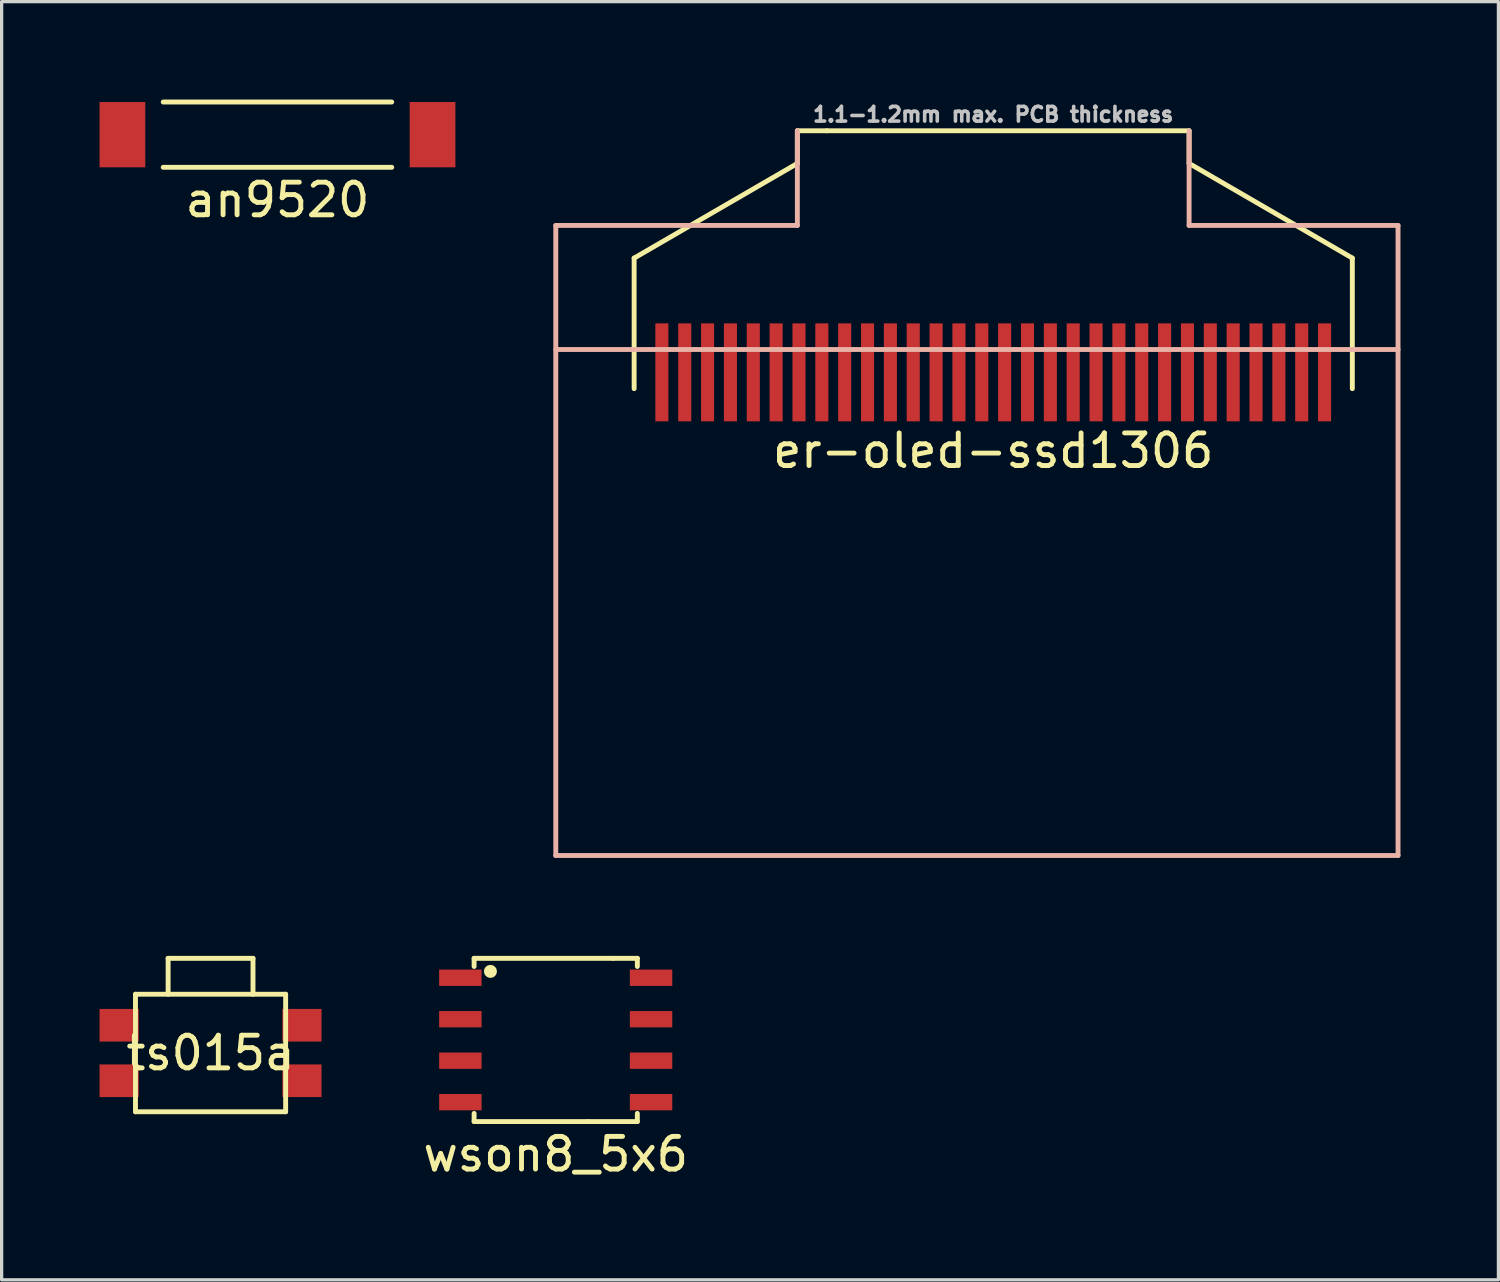
<source format=kicad_pcb>
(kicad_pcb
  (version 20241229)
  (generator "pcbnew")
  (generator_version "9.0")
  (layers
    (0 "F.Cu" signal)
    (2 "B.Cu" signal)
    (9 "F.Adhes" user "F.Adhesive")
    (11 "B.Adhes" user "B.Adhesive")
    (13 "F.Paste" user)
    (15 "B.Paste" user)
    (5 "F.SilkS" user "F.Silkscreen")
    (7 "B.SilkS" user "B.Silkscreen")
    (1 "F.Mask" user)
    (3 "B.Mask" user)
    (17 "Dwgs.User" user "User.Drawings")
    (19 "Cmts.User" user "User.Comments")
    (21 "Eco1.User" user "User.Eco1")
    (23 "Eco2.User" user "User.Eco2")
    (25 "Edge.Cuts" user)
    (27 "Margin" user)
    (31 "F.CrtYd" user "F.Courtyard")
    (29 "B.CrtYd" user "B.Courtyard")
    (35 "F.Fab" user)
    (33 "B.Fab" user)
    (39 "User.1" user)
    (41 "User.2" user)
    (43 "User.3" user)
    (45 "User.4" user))
  (footprint "wson8_5x6"
    (layer "F.Cu")
    (at 13.973 28.806)
    (property "Reference" "wson8_5x6" (at 0 3.5 0) (layer "F.SilkS") (effects (font (size 1 1) (thickness 0.15))))
    (attr through_hole)
    (fp_line (start -2.5 -2.5) (end 1.75 -2.5) (stroke (width 0.15) (type solid)) (layer "F.SilkS"))
    (fp_line (start -2.5 -2.25) (end -2.5 -2.5) (stroke (width 0.15) (type solid)) (layer "F.SilkS"))
    (fp_line (start -2.5 2.25) (end -2.5 2.5) (stroke (width 0.15) (type solid)) (layer "F.SilkS"))
    (fp_line (start -2.5 2.5) (end 1 2.5) (stroke (width 0.15) (type solid)) (layer "F.SilkS"))
    (fp_line (start 1 2.5) (end 2.5 2.5) (stroke (width 0.15) (type solid)) (layer "F.SilkS"))
    (fp_line (start 1.75 -2.5) (end 2.5 -2.5) (stroke (width 0.15) (type solid)) (layer "F.SilkS"))
    (fp_line (start 2.5 -2.5) (end 2.5 -2.25) (stroke (width 0.15) (type solid)) (layer "F.SilkS"))
    (fp_line (start 2.5 2.5) (end 2.5 2.25) (stroke (width 0.15) (type solid)) (layer "F.SilkS"))
    (fp_circle (center -2 -2.1) (end -2 -2) (stroke (width 0.2) (type solid)) (fill no) (layer "F.SilkS"))
    (pad "1" smd rect (at -2.921 -1.905) (size 1.3 0.5) (layers "F.Cu" "F.Mask" "F.Paste"))
    (pad "2" smd rect (at -2.921 -0.635) (size 1.3 0.5) (layers "F.Cu" "F.Mask" "F.Paste"))
    (pad "3" smd rect (at -2.921 0.635) (size 1.3 0.5) (layers "F.Cu" "F.Mask" "F.Paste"))
    (pad "4" smd rect (at -2.921 1.905) (size 1.3 0.5) (layers "F.Cu" "F.Mask" "F.Paste"))
    (pad "5" smd rect (at 2.921 1.905) (size 1.3 0.5) (layers "F.Cu" "F.Mask" "F.Paste"))
    (pad "6" smd rect (at 2.921 0.635) (size 1.3 0.5) (layers "F.Cu" "F.Mask" "F.Paste"))
    (pad "7" smd rect (at 2.921 -0.635) (size 1.3 0.5) (layers "F.Cu" "F.Mask" "F.Paste"))
    (pad "8" smd rect (at 2.921 -1.905) (size 1.3 0.5) (layers "F.Cu" "F.Mask" "F.Paste")))
  (footprint "er-oled-ssd1306"
    (layer "F.Cu")
    (at 27.375 8.356)
    (property "Reference" "er-oled-ssd1306" (at 0 2.4 0) (layer "F.SilkS") (effects (font (size 1 1) (thickness 0.15))))
    (attr through_hole)
    (fp_line (start -11 0.5) (end -11 -3.5) (stroke (width 0.15) (type solid)) (layer "F.SilkS"))
    (fp_line (start -6 -7.4) (end -6 -6.4) (stroke (width 0.15) (type solid)) (layer "F.SilkS"))
    (fp_line (start -6 -7.4) (end -5.1 -7.4) (stroke (width 0.15) (type solid)) (layer "F.SilkS"))
    (fp_line (start -6 -6.4) (end -11 -3.5) (stroke (width 0.15) (type solid)) (layer "F.SilkS"))
    (fp_line (start -5.1 -7.4) (end 6 -7.4) (stroke (width 0.15) (type solid)) (layer "F.SilkS"))
    (fp_line (start 6 -6.4) (end 6 -7.4) (stroke (width 0.15) (type solid)) (layer "F.SilkS"))
    (fp_line (start 11 -3.5) (end 6 -6.4) (stroke (width 0.15) (type solid)) (layer "F.SilkS"))
    (fp_line (start 11 0.5) (end 11 -3.5) (stroke (width 0.15) (type solid)) (layer "F.SilkS"))
    (fp_line (start -13.4 -4.5) (end -13.4 14.8) (stroke (width 0.15) (type solid)) (layer "B.SilkS"))
    (fp_line (start -13.4 14.8) (end 12.4 14.8) (stroke (width 0.15) (type solid)) (layer "B.SilkS"))
    (fp_line (start -6 -4.5) (end -13.4 -4.5) (stroke (width 0.15) (type solid)) (layer "B.SilkS"))
    (fp_line (start -6 -4.5) (end -6 -7.4) (stroke (width 0.15) (type solid)) (layer "B.SilkS"))
    (fp_line (start 6 -4.5) (end 6 -7.4) (stroke (width 0.15) (type solid)) (layer "B.SilkS"))
    (fp_line (start 6 -4.5) (end 12.4 -4.5) (stroke (width 0.15) (type solid)) (layer "B.SilkS"))
    (fp_line (start 12.4 -4.5) (end 12.4 14.8) (stroke (width 0.15) (type solid)) (layer "B.SilkS"))
    (fp_line (start 12.4 -0.7) (end -13.4 -0.7) (stroke (width 0.15) (type solid)) (layer "B.SilkS"))
    (fp_text user "1.1-1.2mm max. PCB thickness" (at 0 -7.9 0) (layer "Dwgs.User") (effects (font (size 0.45 0.45) (thickness 0.11))))
    (pad "1" smd rect (at -10.15 0) (size 0.4 3) (layers "F.Cu" "F.Mask" "F.Paste"))
    (pad "2" smd rect (at -9.45 0) (size 0.4 3) (layers "F.Cu" "F.Mask" "F.Paste"))
    (pad "3" smd rect (at -8.75 0) (size 0.4 3) (layers "F.Cu" "F.Mask" "F.Paste"))
    (pad "4" smd rect (at -8.05 0) (size 0.4 3) (layers "F.Cu" "F.Mask" "F.Paste"))
    (pad "5" smd rect (at -7.35 0) (size 0.4 3) (layers "F.Cu" "F.Mask" "F.Paste"))
    (pad "6" smd rect (at -6.65 0) (size 0.4 3) (layers "F.Cu" "F.Mask" "F.Paste"))
    (pad "7" smd rect (at -5.95 0) (size 0.4 3) (layers "F.Cu" "F.Mask" "F.Paste"))
    (pad "8" smd rect (at -5.25 0) (size 0.4 3) (layers "F.Cu" "F.Mask" "F.Paste"))
    (pad "9" smd rect (at -4.55 0) (size 0.4 3) (layers "F.Cu" "F.Mask" "F.Paste"))
    (pad "10" smd rect (at -3.85 0) (size 0.4 3) (layers "F.Cu" "F.Mask" "F.Paste"))
    (pad "11" smd rect (at -3.15 0) (size 0.4 3) (layers "F.Cu" "F.Mask" "F.Paste"))
    (pad "12" smd rect (at -2.45 0) (size 0.4 3) (layers "F.Cu" "F.Mask" "F.Paste"))
    (pad "13" smd rect (at -1.75 0) (size 0.4 3) (layers "F.Cu" "F.Mask" "F.Paste"))
    (pad "14" smd rect (at -1.05 0) (size 0.4 3) (layers "F.Cu" "F.Mask" "F.Paste"))
    (pad "15" smd rect (at -0.35 0) (size 0.4 3) (layers "F.Cu" "F.Mask" "F.Paste"))
    (pad "16" smd rect (at 0.35 0) (size 0.4 3) (layers "F.Cu" "F.Mask" "F.Paste"))
    (pad "17" smd rect (at 1.05 0) (size 0.4 3) (layers "F.Cu" "F.Mask" "F.Paste"))
    (pad "18" smd rect (at 1.75 0) (size 0.4 3) (layers "F.Cu" "F.Mask" "F.Paste"))
    (pad "19" smd rect (at 2.45 0) (size 0.4 3) (layers "F.Cu" "F.Mask" "F.Paste"))
    (pad "20" smd rect (at 3.15 0) (size 0.4 3) (layers "F.Cu" "F.Mask" "F.Paste"))
    (pad "21" smd rect (at 3.85 0) (size 0.4 3) (layers "F.Cu" "F.Mask" "F.Paste"))
    (pad "22" smd rect (at 4.55 0) (size 0.4 3) (layers "F.Cu" "F.Mask" "F.Paste"))
    (pad "23" smd rect (at 5.25 0) (size 0.4 3) (layers "F.Cu" "F.Mask" "F.Paste"))
    (pad "24" smd rect (at 5.95 0) (size 0.4 3) (layers "F.Cu" "F.Mask" "F.Paste"))
    (pad "25" smd rect (at 6.65 0) (size 0.4 3) (layers "F.Cu" "F.Mask" "F.Paste"))
    (pad "26" smd rect (at 7.35 0) (size 0.4 3) (layers "F.Cu" "F.Mask" "F.Paste"))
    (pad "27" smd rect (at 8.05 0) (size 0.4 3) (layers "F.Cu" "F.Mask" "F.Paste"))
    (pad "28" smd rect (at 8.75 0) (size 0.4 3) (layers "F.Cu" "F.Mask" "F.Paste"))
    (pad "29" smd rect (at 9.45 0) (size 0.4 3) (layers "F.Cu" "F.Mask" "F.Paste"))
    (pad "30" smd rect (at 10.15 0) (size 0.4 3) (layers "F.Cu" "F.Mask" "F.Paste")))
  (footprint "an9520"
    (layer "F.Cu")
    (at 5.45 1.075)
    (property "Reference" "an9520" (at 0 2 0) (layer "F.SilkS") (effects (font (size 1 1) (thickness 0.15))))
    (attr through_hole)
    (fp_line (start -3.5 -1) (end 3.5 -1) (stroke (width 0.15) (type solid)) (layer "F.SilkS"))
    (fp_line (start 3.5 1) (end -3.5 1) (stroke (width 0.15) (type solid)) (layer "F.SilkS"))
    (pad "1" smd rect (at -4.75 0) (size 1.4 2) (layers "F.Cu" "F.Mask" "F.Paste"))
    (pad "2" smd rect (at 4.75 0) (size 1.4 2) (layers "F.Cu" "F.Mask" "F.Paste")))
  (footprint "ts015a"
    (layer "F.Cu")
    (at 3.4 29.206)
    (property "Reference" "ts015a" (at 0 0 0) (layer "F.SilkS") (effects (font (size 1 1) (thickness 0.15))))
    (attr through_hole)
    (fp_line (start -2.3 -1.8) (end 2.3 -1.8) (stroke (width 0.15) (type solid)) (layer "F.SilkS"))
    (fp_line (start -2.3 1.8) (end -2.3 -1.8) (stroke (width 0.15) (type solid)) (layer "F.SilkS"))
    (fp_line (start -2.3 1.8) (end 2.3 1.8) (stroke (width 0.15) (type solid)) (layer "F.SilkS"))
    (fp_line (start -1.3 -2.9) (end 1.3 -2.9) (stroke (width 0.15) (type solid)) (layer "F.SilkS"))
    (fp_line (start -1.3 -1.8) (end -1.3 -2.9) (stroke (width 0.15) (type solid)) (layer "F.SilkS"))
    (fp_line (start 1.3 -1.8) (end 1.3 -2.9) (stroke (width 0.15) (type solid)) (layer "F.SilkS"))
    (fp_line (start 2.3 1.8) (end 2.3 -1.8) (stroke (width 0.15) (type solid)) (layer "F.SilkS"))
    (pad "1" smd rect (at -2.8 -0.85) (size 1.2 1) (layers "F.Cu" "F.Mask" "F.Paste"))
    (pad "1" smd rect (at 2.8 -0.85) (size 1.2 1) (layers "F.Cu" "F.Mask" "F.Paste"))
    (pad "2" smd rect (at -2.8 0.85) (size 1.2 1) (layers "F.Cu" "F.Mask" "F.Paste"))
    (pad "2" smd rect (at 2.8 0.85) (size 1.2 1) (layers "F.Cu" "F.Mask" "F.Paste")))
  (gr_rect
    (start -3 -3)
    (end 42.85 36.155)
    (stroke (width 0.1) (type default))
    (fill no)
    (layer "Edge.Cuts")))
</source>
